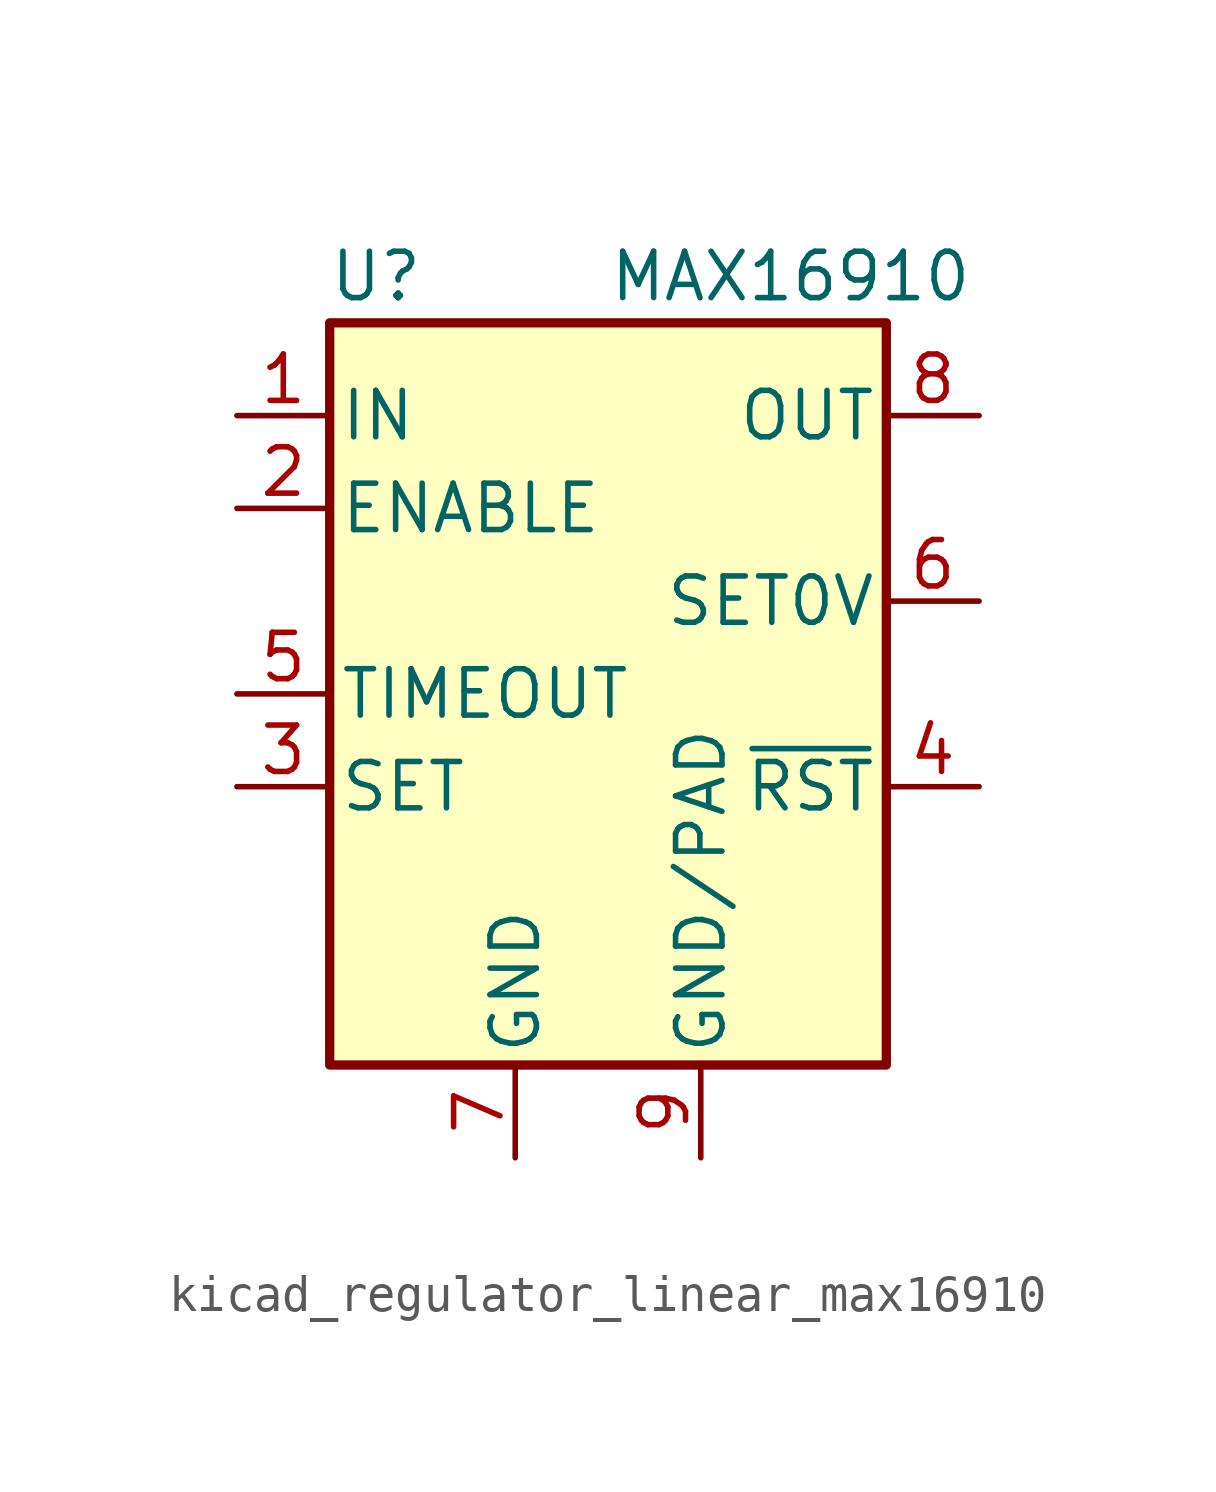
<source format=kicad_sym>
(kicad_symbol_lib
  (version 20220914)
  (generator kicad_symbol_editor)
  (symbol "kicad_regulator_linear_max16910"
    (pin_names
      (offset 0.254))
    (property "Reference" "U"
      (at -6.35 11.43 0)
      (effects (font (size 1.27 1.27))))
    (property "Value" "MAX16910"
      (at 0 11.43 0)
      (effects (font (size 1.27 1.27)) (justify left)))
    (symbol "kicad_regulator_linear_max16910_0_1"
      (rectangle (start -7.62 10.16) (end 7.62 -10.16) (stroke (width 0.254) (type default)) (fill (type background))))
    (symbol "kicad_regulator_linear_max16910_1_1"
      (pin power_in line (at -10.16 7.62 0) (length 2.54) (name "IN" (effects (font (size 1.27 1.27)))) (number "1" (effects (font (size 1.27 1.27)))))
      (pin input line (at -10.16 5.08 0) (length 2.54) (name "ENABLE" (effects (font (size 1.27 1.27)))) (number "2" (effects (font (size 1.27 1.27)))))
      (pin input line (at -10.16 -2.54 0) (length 2.54) (name "SET" (effects (font (size 1.27 1.27)))) (number "3" (effects (font (size 1.27 1.27)))))
      (pin open_collector line (at 10.16 -2.54 180) (length 2.54) (name "~{RST}" (effects (font (size 1.27 1.27)))) (number "4" (effects (font (size 1.27 1.27)))))
      (pin passive line (at -10.16 0 0) (length 2.54) (name "TIMEOUT" (effects (font (size 1.27 1.27)))) (number "5" (effects (font (size 1.27 1.27)))))
      (pin input line (at 10.16 2.54 180) (length 2.54) (name "SET0V" (effects (font (size 1.27 1.27)))) (number "6" (effects (font (size 1.27 1.27)))))
      (pin power_in line (at -2.54 -12.7 90) (length 2.54) (name "GND" (effects (font (size 1.27 1.27)))) (number "7" (effects (font (size 1.27 1.27)))))
      (pin power_out line (at 10.16 7.62 180) (length 2.54) (name "OUT" (effects (font (size 1.27 1.27)))) (number "8" (effects (font (size 1.27 1.27)))))
      (pin power_in line (at 2.54 -12.7 90) (length 2.54) (name "GND/PAD" (effects (font (size 1.27 1.27)))) (number "9" (effects (font (size 1.27 1.27))))))))
</source>
